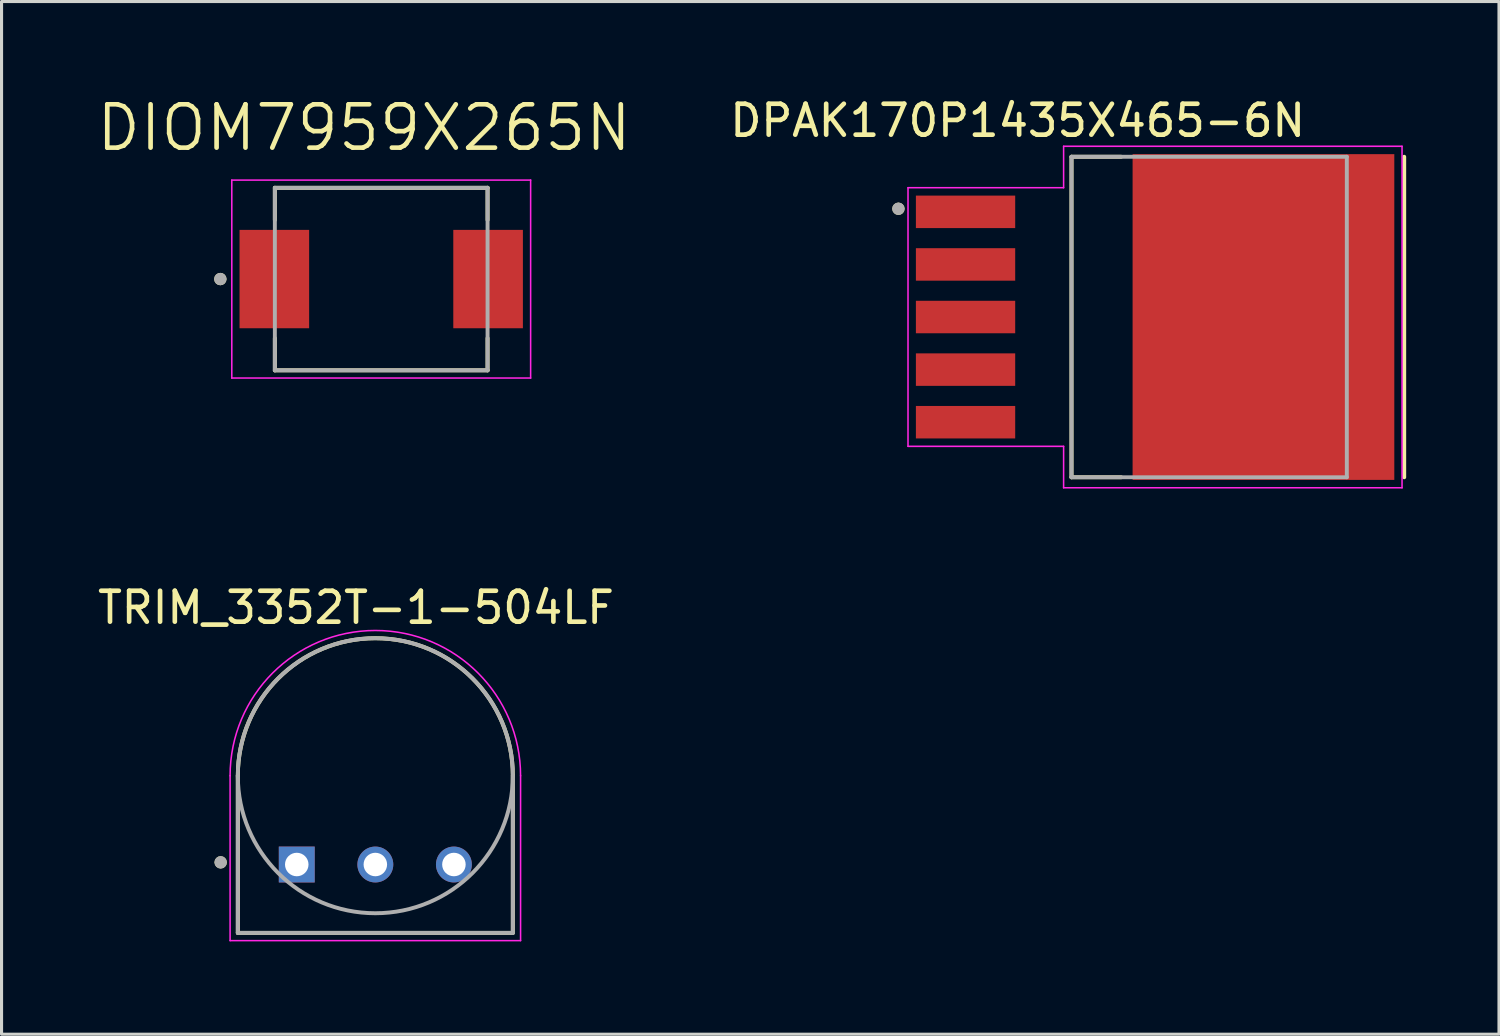
<source format=kicad_pcb>
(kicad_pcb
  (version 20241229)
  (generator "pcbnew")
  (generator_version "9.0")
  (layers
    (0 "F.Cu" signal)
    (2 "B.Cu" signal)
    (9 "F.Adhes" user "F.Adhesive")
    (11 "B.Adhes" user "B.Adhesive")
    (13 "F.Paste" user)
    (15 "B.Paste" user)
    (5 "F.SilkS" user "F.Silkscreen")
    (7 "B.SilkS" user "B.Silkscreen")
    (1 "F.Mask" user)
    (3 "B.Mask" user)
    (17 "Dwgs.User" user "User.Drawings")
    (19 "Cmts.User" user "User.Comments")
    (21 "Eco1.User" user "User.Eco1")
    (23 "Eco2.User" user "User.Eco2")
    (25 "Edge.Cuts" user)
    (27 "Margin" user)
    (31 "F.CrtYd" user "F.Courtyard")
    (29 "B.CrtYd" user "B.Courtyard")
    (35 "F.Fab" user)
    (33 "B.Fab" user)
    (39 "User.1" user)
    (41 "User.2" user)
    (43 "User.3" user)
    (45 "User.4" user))
  (footprint "DIOM7959X265N"
    (layer "F.Cu")
    (at 9.273 5.971)
    (property "Reference" "DIOM7959X265N" (at -0.555 -4.889 0) (layer "F.SilkS") (effects (font (size 1.4 1.4) (thickness 0.15))))
    (attr smd)
    (fp_line (start -3.438 -2.95) (end -3.438 -1.91) (stroke (width 0.127) (type solid)) (layer "F.SilkS"))
    (fp_line (start -3.438 1.91) (end -3.438 2.95) (stroke (width 0.127) (type solid)) (layer "F.SilkS"))
    (fp_line (start -3.438 2.95) (end 3.438 2.95) (stroke (width 0.127) (type solid)) (layer "F.SilkS"))
    (fp_line (start 3.438 -2.95) (end -3.438 -2.95) (stroke (width 0.127) (type solid)) (layer "F.SilkS"))
    (fp_line (start 3.438 -1.91) (end 3.438 -2.95) (stroke (width 0.127) (type solid)) (layer "F.SilkS"))
    (fp_line (start 3.438 2.95) (end 3.438 1.91) (stroke (width 0.127) (type solid)) (layer "F.SilkS"))
    (fp_circle (center -5.2 0) (end -5.1 0) (stroke (width 0.2) (type solid)) (fill no) (layer "F.SilkS"))
    (fp_line (start -4.83 -3.2) (end -4.83 3.2) (stroke (width 0.05) (type solid)) (layer "F.CrtYd"))
    (fp_line (start -4.83 3.2) (end 4.83 3.2) (stroke (width 0.05) (type solid)) (layer "F.CrtYd"))
    (fp_line (start 4.83 -3.2) (end -4.83 -3.2) (stroke (width 0.05) (type solid)) (layer "F.CrtYd"))
    (fp_line (start 4.83 3.2) (end 4.83 -3.2) (stroke (width 0.05) (type solid)) (layer "F.CrtYd"))
    (fp_line (start -3.438 -2.95) (end -3.438 2.95) (stroke (width 0.127) (type solid)) (layer "F.Fab"))
    (fp_line (start -3.438 2.95) (end 3.438 2.95) (stroke (width 0.127) (type solid)) (layer "F.Fab"))
    (fp_line (start 3.438 -2.95) (end -3.438 -2.95) (stroke (width 0.127) (type solid)) (layer "F.Fab"))
    (fp_line (start 3.438 2.95) (end 3.438 -2.95) (stroke (width 0.127) (type solid)) (layer "F.Fab"))
    (fp_circle (center -5.2 0) (end -5.1 0) (stroke (width 0.2) (type solid)) (fill no) (layer "F.Fab"))
    (pad "A" smd rect (at 3.455 0 180) (size 2.25 3.18) (layers "F.Cu" "F.Mask" "F.Paste"))
    (pad "C" smd rect (at -3.455 0) (size 2.25 3.18) (layers "F.Cu" "F.Mask" "F.Paste")))
  (footprint "TRIM_3352T-1-504LF"
    (layer "F.Cu")
    (at 9.083 22.026)
    (property "Reference" "TRIM_3352T-1-504LF" (at -0.625 -5.435 0) (layer "F.SilkS") (effects (font (size 1 1) (thickness 0.15))))
    (attr through_hole)
    (fp_line (start -4.445 0) (end -4.445 5.08) (stroke (width 0.127) (type solid)) (layer "F.SilkS"))
    (fp_line (start -4.445 5.08) (end 4.445 5.08) (stroke (width 0.127) (type solid)) (layer "F.SilkS"))
    (fp_line (start 4.445 0) (end 4.445 5.08) (stroke (width 0.127) (type solid)) (layer "F.SilkS"))
    (fp_arc (start -4.445 0) (mid 0 -4.445) (end 4.445 0) (stroke (width 0.127) (type solid)) (layer "F.SilkS"))
    (fp_circle (center -5 2.8) (end -4.9 2.8) (stroke (width 0.2) (type solid)) (fill no) (layer "F.SilkS"))
    (fp_line (start -4.695 0) (end -4.695 5.33) (stroke (width 0.05) (type solid)) (layer "F.CrtYd"))
    (fp_line (start -4.695 5.33) (end 4.695 5.33) (stroke (width 0.05) (type solid)) (layer "F.CrtYd"))
    (fp_line (start 4.695 5.33) (end 4.695 0) (stroke (width 0.05) (type solid)) (layer "F.CrtYd"))
    (fp_arc (start -4.695 0) (mid 0 -4.695) (end 4.695 0) (stroke (width 0.05) (type solid)) (layer "F.CrtYd"))
    (fp_line (start -4.445 0) (end -4.445 5.08) (stroke (width 0.127) (type solid)) (layer "F.Fab"))
    (fp_line (start -4.445 5.08) (end 4.445 5.08) (stroke (width 0.127) (type solid)) (layer "F.Fab"))
    (fp_line (start 4.445 5.08) (end 4.445 0) (stroke (width 0.127) (type solid)) (layer "F.Fab"))
    (fp_circle (center -5 2.8) (end -4.9 2.8) (stroke (width 0.2) (type solid)) (fill no) (layer "F.Fab"))
    (fp_circle (center 0 0) (end 4.445 0) (stroke (width 0.127) (type solid)) (fill no) (layer "F.Fab"))
    (pad "1" thru_hole rect (at -2.54 2.87) (size 1.16 1.16) (drill 0.76) (layers "*.Cu" "*.Mask"))
    (pad "2" thru_hole circle (at 0 2.87) (size 1.16 1.16) (drill 0.76) (layers "*.Cu" "*.Mask"))
    (pad "3" thru_hole circle (at 2.54 2.87) (size 1.16 1.16) (drill 0.76) (layers "*.Cu" "*.Mask")))
  (footprint "DPAK170P1435X465-6N"
    (layer "F.Cu")
    (at 34.292 7.198)
    (property "Reference" "DPAK170P1435X465-6N" (at -4.445 -6.35 0) (layer "F.SilkS") (effects (font (size 1 1) (thickness 0.15))))
    (attr smd)
    (fp_line (start -2.705 -5.18) (end -2.705 5.18) (stroke (width 0.127) (type solid)) (layer "F.SilkS"))
    (fp_line (start -1.1 -5.18) (end -2.705 -5.18) (stroke (width 0.127) (type solid)) (layer "F.SilkS"))
    (fp_line (start -1.1 5.18) (end -2.705 5.18) (stroke (width 0.127) (type solid)) (layer "F.SilkS"))
    (fp_line (start 8.05 -5.18) (end 8.05 5.18) (stroke (width 0.127) (type solid)) (layer "F.SilkS"))
    (fp_circle (center -8.3 -3.5) (end -8.2 -3.5) (stroke (width 0.2) (type solid)) (fill no) (layer "F.SilkS"))
    (fp_poly (pts (xy -0.31 -4.93) (xy 0.95 -4.93) (xy 0.95 -3.51) (xy -0.31 -3.51)) (stroke (width 0.01) (type solid)) (fill yes) (layer "F.Paste"))
    (fp_poly (pts (xy -0.31 -2.82) (xy 0.95 -2.82) (xy 0.95 -1.4) (xy -0.31 -1.4)) (stroke (width 0.01) (type solid)) (fill yes) (layer "F.Paste"))
    (fp_poly (pts (xy -0.31 -0.71) (xy 0.95 -0.71) (xy 0.95 0.71) (xy -0.31 0.71)) (stroke (width 0.01) (type solid)) (fill yes) (layer "F.Paste"))
    (fp_poly (pts (xy -0.31 1.4) (xy 0.95 1.4) (xy 0.95 2.82) (xy -0.31 2.82)) (stroke (width 0.01) (type solid)) (fill yes) (layer "F.Paste"))
    (fp_poly (pts (xy -0.31 3.51) (xy 0.95 3.51) (xy 0.95 4.93) (xy -0.31 4.93)) (stroke (width 0.01) (type solid)) (fill yes) (layer "F.Paste"))
    (fp_poly (pts (xy 1.81 -4.93) (xy 3.07 -4.93) (xy 3.07 -3.51) (xy 1.81 -3.51)) (stroke (width 0.01) (type solid)) (fill yes) (layer "F.Paste"))
    (fp_poly (pts (xy 1.81 -2.82) (xy 3.07 -2.82) (xy 3.07 -1.4) (xy 1.81 -1.4)) (stroke (width 0.01) (type solid)) (fill yes) (layer "F.Paste"))
    (fp_poly (pts (xy 1.81 -0.71) (xy 3.07 -0.71) (xy 3.07 0.71) (xy 1.81 0.71)) (stroke (width 0.01) (type solid)) (fill yes) (layer "F.Paste"))
    (fp_poly (pts (xy 1.81 1.4) (xy 3.07 1.4) (xy 3.07 2.82) (xy 1.81 2.82)) (stroke (width 0.01) (type solid)) (fill yes) (layer "F.Paste"))
    (fp_poly (pts (xy 1.81 3.51) (xy 3.07 3.51) (xy 3.07 4.93) (xy 1.81 4.93)) (stroke (width 0.01) (type solid)) (fill yes) (layer "F.Paste"))
    (fp_poly (pts (xy 3.93 -4.93) (xy 5.19 -4.93) (xy 5.19 -3.51) (xy 3.93 -3.51)) (stroke (width 0.01) (type solid)) (fill yes) (layer "F.Paste"))
    (fp_poly (pts (xy 3.93 -2.82) (xy 5.19 -2.82) (xy 5.19 -1.4) (xy 3.93 -1.4)) (stroke (width 0.01) (type solid)) (fill yes) (layer "F.Paste"))
    (fp_poly (pts (xy 3.93 -0.71) (xy 5.19 -0.71) (xy 5.19 0.71) (xy 3.93 0.71)) (stroke (width 0.01) (type solid)) (fill yes) (layer "F.Paste"))
    (fp_poly (pts (xy 3.93 1.4) (xy 5.19 1.4) (xy 5.19 2.82) (xy 3.93 2.82)) (stroke (width 0.01) (type solid)) (fill yes) (layer "F.Paste"))
    (fp_poly (pts (xy 3.93 3.51) (xy 5.19 3.51) (xy 5.19 4.93) (xy 3.93 4.93)) (stroke (width 0.01) (type solid)) (fill yes) (layer "F.Paste"))
    (fp_poly (pts (xy 6.05 -4.93) (xy 7.31 -4.93) (xy 7.31 -3.51) (xy 6.05 -3.51)) (stroke (width 0.01) (type solid)) (fill yes) (layer "F.Paste"))
    (fp_poly (pts (xy 6.05 -2.82) (xy 7.31 -2.82) (xy 7.31 -1.4) (xy 6.05 -1.4)) (stroke (width 0.01) (type solid)) (fill yes) (layer "F.Paste"))
    (fp_poly (pts (xy 6.05 -0.71) (xy 7.31 -0.71) (xy 7.31 0.71) (xy 6.05 0.71)) (stroke (width 0.01) (type solid)) (fill yes) (layer "F.Paste"))
    (fp_poly (pts (xy 6.05 1.4) (xy 7.31 1.4) (xy 7.31 2.82) (xy 6.05 2.82)) (stroke (width 0.01) (type solid)) (fill yes) (layer "F.Paste"))
    (fp_poly (pts (xy 6.05 3.51) (xy 7.31 3.51) (xy 7.31 4.93) (xy 6.05 4.93)) (stroke (width 0.01) (type solid)) (fill yes) (layer "F.Paste"))
    (fp_line (start -7.99 -4.18) (end -7.99 4.18) (stroke (width 0.05) (type solid)) (layer "F.CrtYd"))
    (fp_line (start -7.99 4.18) (end -2.96 4.18) (stroke (width 0.05) (type solid)) (layer "F.CrtYd"))
    (fp_line (start -2.96 -5.52) (end -2.96 -4.18) (stroke (width 0.05) (type solid)) (layer "F.CrtYd"))
    (fp_line (start -2.96 -4.18) (end -7.99 -4.18) (stroke (width 0.05) (type solid)) (layer "F.CrtYd"))
    (fp_line (start -2.96 4.18) (end -2.96 5.52) (stroke (width 0.05) (type solid)) (layer "F.CrtYd"))
    (fp_line (start -2.96 5.52) (end 7.98 5.52) (stroke (width 0.05) (type solid)) (layer "F.CrtYd"))
    (fp_line (start 7.98 -5.52) (end -2.96 -5.52) (stroke (width 0.05) (type solid)) (layer "F.CrtYd"))
    (fp_line (start 7.98 5.52) (end 7.98 -5.52) (stroke (width 0.05) (type solid)) (layer "F.CrtYd"))
    (fp_line (start -2.705 -5.18) (end -2.705 5.18) (stroke (width 0.127) (type solid)) (layer "F.Fab"))
    (fp_line (start -2.705 5.18) (end 6.195 5.18) (stroke (width 0.127) (type solid)) (layer "F.Fab"))
    (fp_line (start 6.195 -5.18) (end -2.705 -5.18) (stroke (width 0.127) (type solid)) (layer "F.Fab"))
    (fp_line (start 6.195 5.18) (end 6.195 -5.18) (stroke (width 0.127) (type solid)) (layer "F.Fab"))
    (fp_circle (center -8.3 -3.5) (end -8.2 -3.5) (stroke (width 0.2) (type solid)) (fill no) (layer "F.Fab"))
    (pad "1" smd rect (at -6.13 -3.4) (size 3.21 1.05) (layers "F.Cu" "F.Mask" "F.Paste"))
    (pad "2" smd rect (at -6.13 -1.7) (size 3.21 1.05) (layers "F.Cu" "F.Mask" "F.Paste"))
    (pad "3" smd rect (at -6.13 0) (size 3.21 1.05) (layers "F.Cu" "F.Mask" "F.Paste"))
    (pad "4" smd rect (at -6.13 1.7) (size 3.21 1.05) (layers "F.Cu" "F.Mask" "F.Paste"))
    (pad "5" smd rect (at -6.13 3.4) (size 3.21 1.05) (layers "F.Cu" "F.Mask" "F.Paste"))
    (pad "6" smd rect (at 3.5 0) (size 8.46 10.53) (layers "F.Cu" "F.Mask")))
  (gr_rect
    (start -3 -3)
    (end 45.406 30.381)
    (stroke (width 0.1) (type default))
    (fill no)
    (layer "Edge.Cuts")))
</source>
